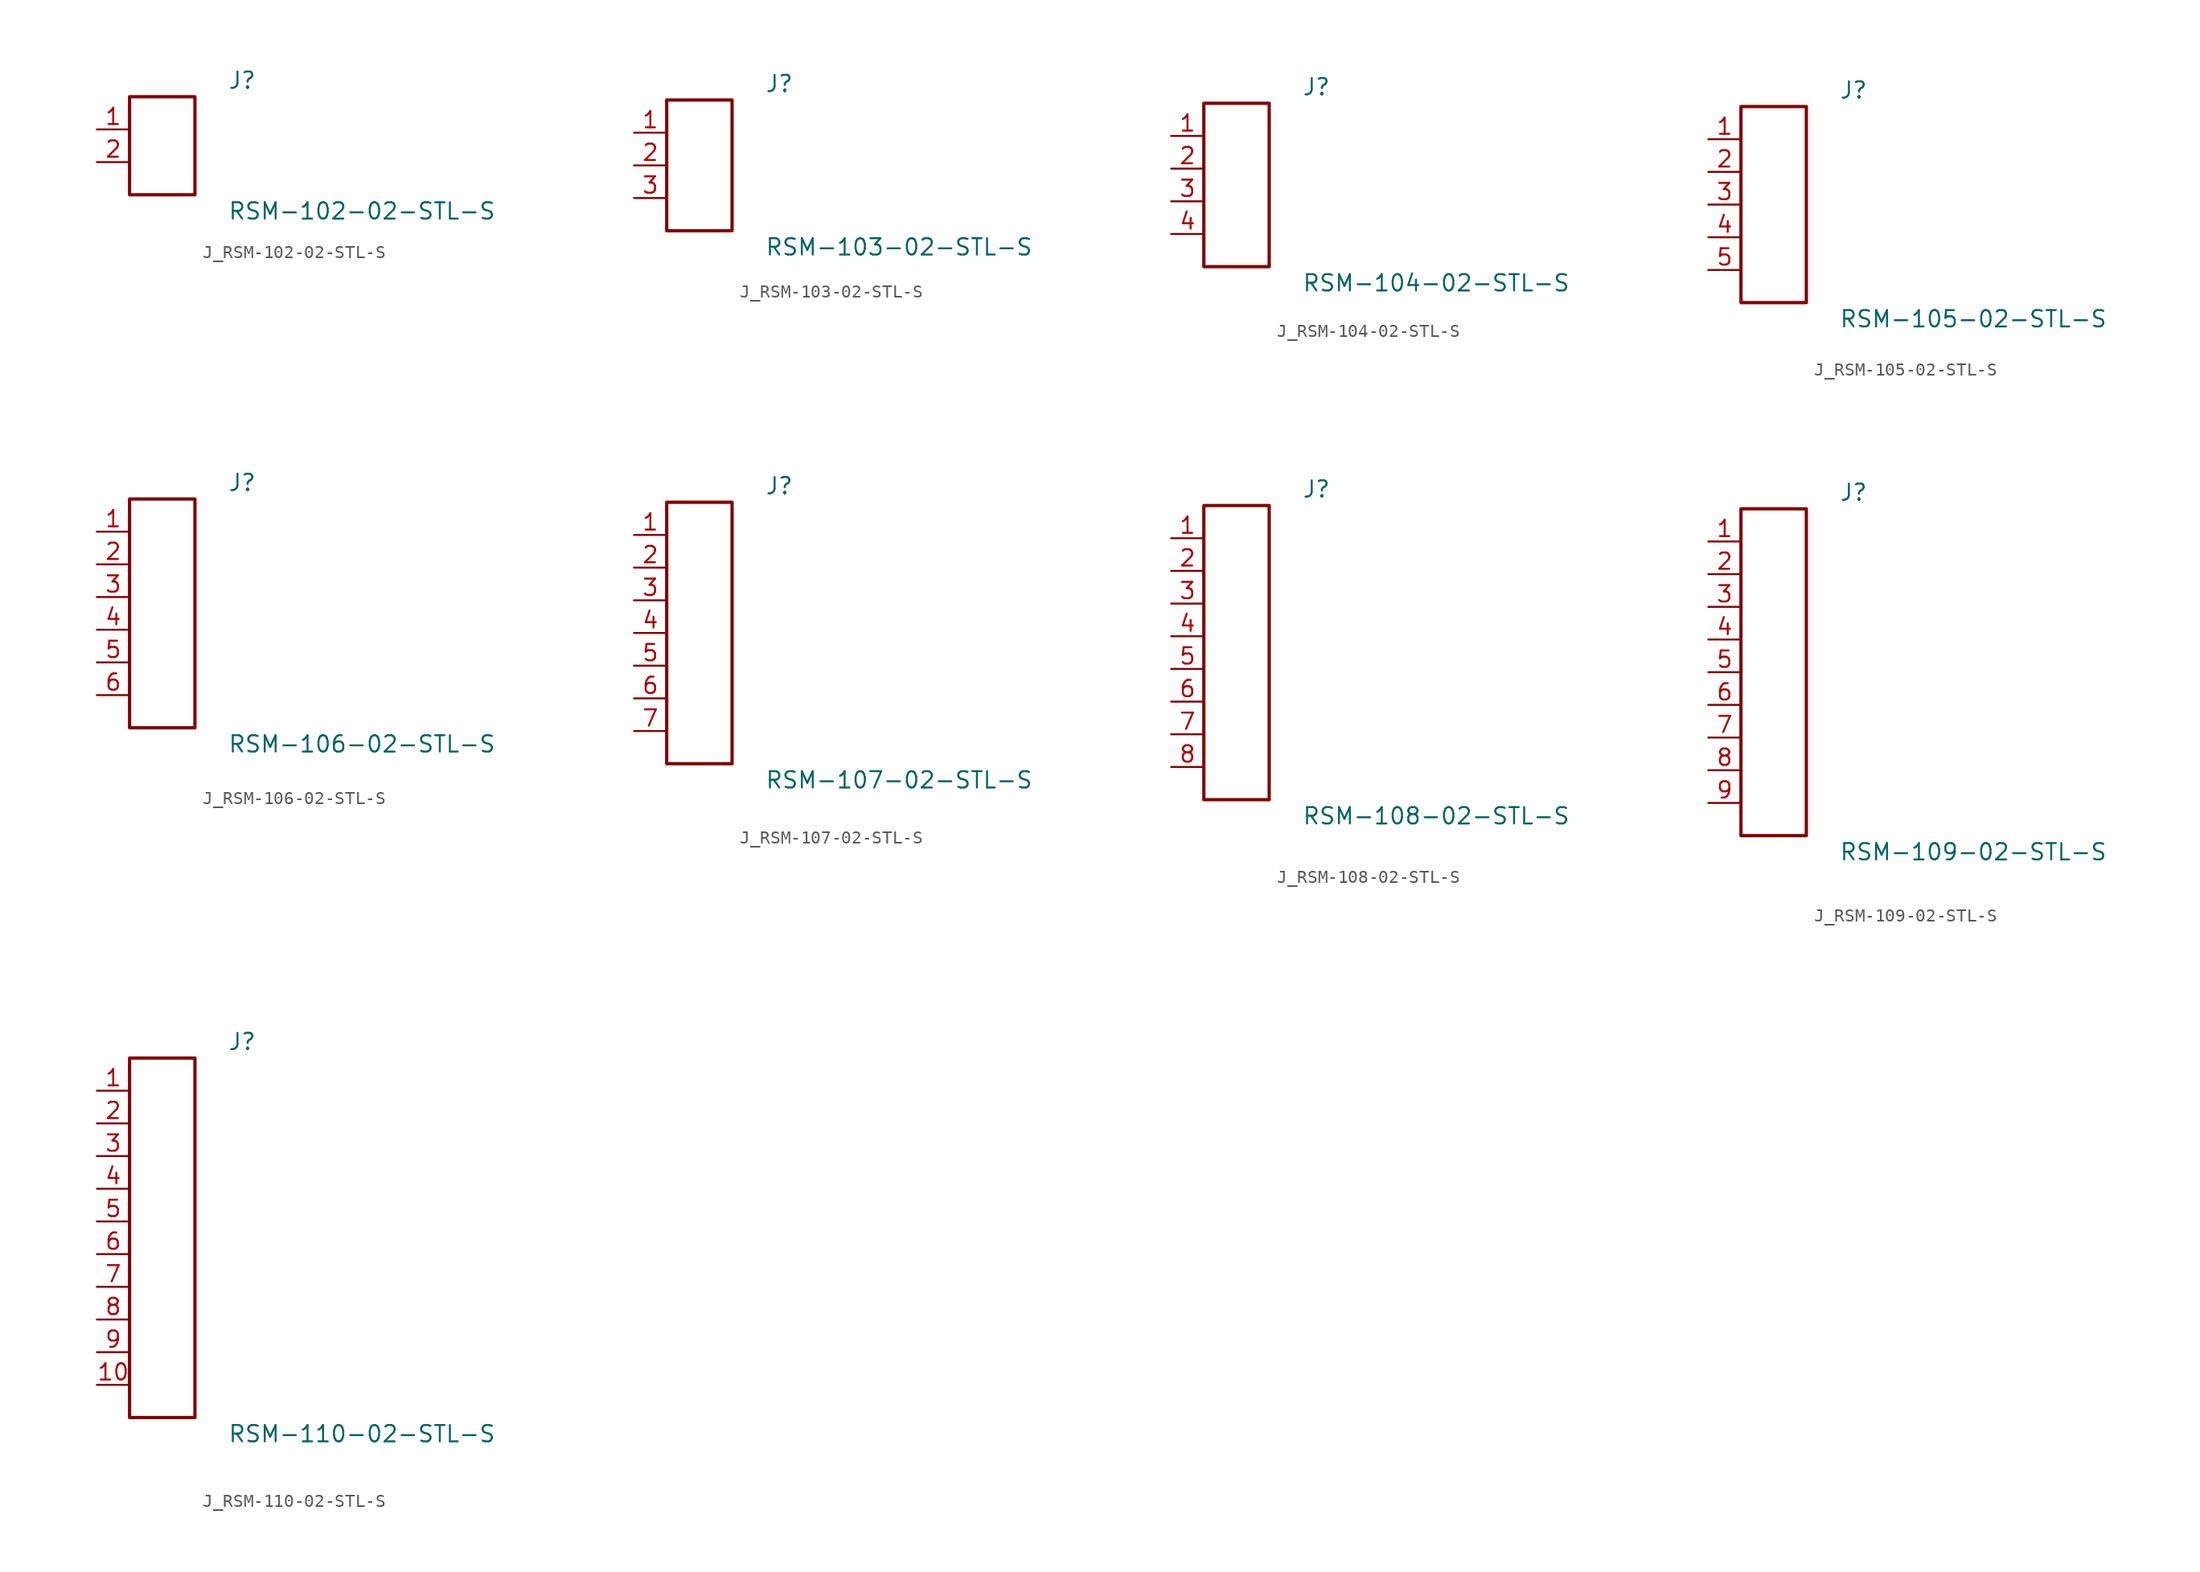
<source format=kicad_sym>
(kicad_symbol_lib
  (version 20231120)
  (generator kicad_symbol_editor)
  (generator_version 8.0)
  (symbol "J_RSM-102-02-STL-S"
    (pin_names
      (offset 0.254))
    (property "Reference" "J"
      (at 5.08 5.08 0)
      (effects (font (size 1.27 1.27)) (justify left)))
    (property "Value" "RSM-102-02-STL-S"
      (at 5.08 -5.08 0)
      (effects (font (size 1.27 1.27)) (justify left)))
    (symbol "J_RSM-102-02-STL-S_0_0"
      (pin passive line (at -5.08 1.27 0) (length 2.54) (name "" (effects (font (size 1.27 1.27)))) (number "1" (effects (font (size 1.27 1.27)))))
      (pin passive line (at -5.08 -1.27 0) (length 2.54) (name "" (effects (font (size 1.27 1.27)))) (number "2" (effects (font (size 1.27 1.27))))))
    (symbol "J_RSM-102-02-STL-S_1_0"
      (rectangle (start -2.54 3.81) (end 2.54 -3.81) (stroke (width 0.254) (type solid)) (fill (type none)))))
  (symbol "J_RSM-103-02-STL-S"
    (pin_names
      (offset 0.254))
    (property "Reference" "J"
      (at 5.08 6.35 0)
      (effects (font (size 1.27 1.27)) (justify left)))
    (property "Value" "RSM-103-02-STL-S"
      (at 5.08 -6.35 0)
      (effects (font (size 1.27 1.27)) (justify left)))
    (symbol "J_RSM-103-02-STL-S_0_0"
      (pin passive line (at -5.08 2.54 0) (length 2.54) (name "" (effects (font (size 1.27 1.27)))) (number "1" (effects (font (size 1.27 1.27)))))
      (pin passive line (at -5.08 0.0 0) (length 2.54) (name "" (effects (font (size 1.27 1.27)))) (number "2" (effects (font (size 1.27 1.27)))))
      (pin passive line (at -5.08 -2.54 0) (length 2.54) (name "" (effects (font (size 1.27 1.27)))) (number "3" (effects (font (size 1.27 1.27))))))
    (symbol "J_RSM-103-02-STL-S_1_0"
      (rectangle (start -2.54 5.08) (end 2.54 -5.08) (stroke (width 0.254) (type solid)) (fill (type none)))))
  (symbol "J_RSM-104-02-STL-S"
    (pin_names
      (offset 0.254))
    (property "Reference" "J"
      (at 5.08 7.62 0)
      (effects (font (size 1.27 1.27)) (justify left)))
    (property "Value" "RSM-104-02-STL-S"
      (at 5.08 -7.62 0)
      (effects (font (size 1.27 1.27)) (justify left)))
    (symbol "J_RSM-104-02-STL-S_0_0"
      (pin passive line (at -5.08 3.81 0) (length 2.54) (name "" (effects (font (size 1.27 1.27)))) (number "1" (effects (font (size 1.27 1.27)))))
      (pin passive line (at -5.08 1.27 0) (length 2.54) (name "" (effects (font (size 1.27 1.27)))) (number "2" (effects (font (size 1.27 1.27)))))
      (pin passive line (at -5.08 -1.27 0) (length 2.54) (name "" (effects (font (size 1.27 1.27)))) (number "3" (effects (font (size 1.27 1.27)))))
      (pin passive line (at -5.08 -3.81 0) (length 2.54) (name "" (effects (font (size 1.27 1.27)))) (number "4" (effects (font (size 1.27 1.27))))))
    (symbol "J_RSM-104-02-STL-S_1_0"
      (rectangle (start -2.54 6.35) (end 2.54 -6.35) (stroke (width 0.254) (type solid)) (fill (type none)))))
  (symbol "J_RSM-105-02-STL-S"
    (pin_names
      (offset 0.254))
    (property "Reference" "J"
      (at 5.08 8.89 0)
      (effects (font (size 1.27 1.27)) (justify left)))
    (property "Value" "RSM-105-02-STL-S"
      (at 5.08 -8.89 0)
      (effects (font (size 1.27 1.27)) (justify left)))
    (symbol "J_RSM-105-02-STL-S_0_0"
      (pin passive line (at -5.08 5.08 0) (length 2.54) (name "" (effects (font (size 1.27 1.27)))) (number "1" (effects (font (size 1.27 1.27)))))
      (pin passive line (at -5.08 2.54 0) (length 2.54) (name "" (effects (font (size 1.27 1.27)))) (number "2" (effects (font (size 1.27 1.27)))))
      (pin passive line (at -5.08 0.0 0) (length 2.54) (name "" (effects (font (size 1.27 1.27)))) (number "3" (effects (font (size 1.27 1.27)))))
      (pin passive line (at -5.08 -2.54 0) (length 2.54) (name "" (effects (font (size 1.27 1.27)))) (number "4" (effects (font (size 1.27 1.27)))))
      (pin passive line (at -5.08 -5.08 0) (length 2.54) (name "" (effects (font (size 1.27 1.27)))) (number "5" (effects (font (size 1.27 1.27))))))
    (symbol "J_RSM-105-02-STL-S_1_0"
      (rectangle (start -2.54 7.62) (end 2.54 -7.62) (stroke (width 0.254) (type solid)) (fill (type none)))))
  (symbol "J_RSM-106-02-STL-S"
    (pin_names
      (offset 0.254))
    (property "Reference" "J"
      (at 5.08 10.16 0)
      (effects (font (size 1.27 1.27)) (justify left)))
    (property "Value" "RSM-106-02-STL-S"
      (at 5.08 -10.16 0)
      (effects (font (size 1.27 1.27)) (justify left)))
    (symbol "J_RSM-106-02-STL-S_0_0"
      (pin passive line (at -5.08 6.35 0) (length 2.54) (name "" (effects (font (size 1.27 1.27)))) (number "1" (effects (font (size 1.27 1.27)))))
      (pin passive line (at -5.08 3.81 0) (length 2.54) (name "" (effects (font (size 1.27 1.27)))) (number "2" (effects (font (size 1.27 1.27)))))
      (pin passive line (at -5.08 1.27 0) (length 2.54) (name "" (effects (font (size 1.27 1.27)))) (number "3" (effects (font (size 1.27 1.27)))))
      (pin passive line (at -5.08 -1.27 0) (length 2.54) (name "" (effects (font (size 1.27 1.27)))) (number "4" (effects (font (size 1.27 1.27)))))
      (pin passive line (at -5.08 -3.81 0) (length 2.54) (name "" (effects (font (size 1.27 1.27)))) (number "5" (effects (font (size 1.27 1.27)))))
      (pin passive line (at -5.08 -6.35 0) (length 2.54) (name "" (effects (font (size 1.27 1.27)))) (number "6" (effects (font (size 1.27 1.27))))))
    (symbol "J_RSM-106-02-STL-S_1_0"
      (rectangle (start -2.54 8.89) (end 2.54 -8.89) (stroke (width 0.254) (type solid)) (fill (type none)))))
  (symbol "J_RSM-107-02-STL-S"
    (pin_names
      (offset 0.254))
    (property "Reference" "J"
      (at 5.08 11.43 0)
      (effects (font (size 1.27 1.27)) (justify left)))
    (property "Value" "RSM-107-02-STL-S"
      (at 5.08 -11.43 0)
      (effects (font (size 1.27 1.27)) (justify left)))
    (symbol "J_RSM-107-02-STL-S_0_0"
      (pin passive line (at -5.08 7.62 0) (length 2.54) (name "" (effects (font (size 1.27 1.27)))) (number "1" (effects (font (size 1.27 1.27)))))
      (pin passive line (at -5.08 5.08 0) (length 2.54) (name "" (effects (font (size 1.27 1.27)))) (number "2" (effects (font (size 1.27 1.27)))))
      (pin passive line (at -5.08 2.54 0) (length 2.54) (name "" (effects (font (size 1.27 1.27)))) (number "3" (effects (font (size 1.27 1.27)))))
      (pin passive line (at -5.08 0.0 0) (length 2.54) (name "" (effects (font (size 1.27 1.27)))) (number "4" (effects (font (size 1.27 1.27)))))
      (pin passive line (at -5.08 -2.54 0) (length 2.54) (name "" (effects (font (size 1.27 1.27)))) (number "5" (effects (font (size 1.27 1.27)))))
      (pin passive line (at -5.08 -5.08 0) (length 2.54) (name "" (effects (font (size 1.27 1.27)))) (number "6" (effects (font (size 1.27 1.27)))))
      (pin passive line (at -5.08 -7.62 0) (length 2.54) (name "" (effects (font (size 1.27 1.27)))) (number "7" (effects (font (size 1.27 1.27))))))
    (symbol "J_RSM-107-02-STL-S_1_0"
      (rectangle (start -2.54 10.16) (end 2.54 -10.16) (stroke (width 0.254) (type solid)) (fill (type none)))))
  (symbol "J_RSM-108-02-STL-S"
    (pin_names
      (offset 0.254))
    (property "Reference" "J"
      (at 5.08 12.7 0)
      (effects (font (size 1.27 1.27)) (justify left)))
    (property "Value" "RSM-108-02-STL-S"
      (at 5.08 -12.7 0)
      (effects (font (size 1.27 1.27)) (justify left)))
    (symbol "J_RSM-108-02-STL-S_0_0"
      (pin passive line (at -5.08 8.89 0) (length 2.54) (name "" (effects (font (size 1.27 1.27)))) (number "1" (effects (font (size 1.27 1.27)))))
      (pin passive line (at -5.08 6.35 0) (length 2.54) (name "" (effects (font (size 1.27 1.27)))) (number "2" (effects (font (size 1.27 1.27)))))
      (pin passive line (at -5.08 3.81 0) (length 2.54) (name "" (effects (font (size 1.27 1.27)))) (number "3" (effects (font (size 1.27 1.27)))))
      (pin passive line (at -5.08 1.27 0) (length 2.54) (name "" (effects (font (size 1.27 1.27)))) (number "4" (effects (font (size 1.27 1.27)))))
      (pin passive line (at -5.08 -1.27 0) (length 2.54) (name "" (effects (font (size 1.27 1.27)))) (number "5" (effects (font (size 1.27 1.27)))))
      (pin passive line (at -5.08 -3.81 0) (length 2.54) (name "" (effects (font (size 1.27 1.27)))) (number "6" (effects (font (size 1.27 1.27)))))
      (pin passive line (at -5.08 -6.35 0) (length 2.54) (name "" (effects (font (size 1.27 1.27)))) (number "7" (effects (font (size 1.27 1.27)))))
      (pin passive line (at -5.08 -8.89 0) (length 2.54) (name "" (effects (font (size 1.27 1.27)))) (number "8" (effects (font (size 1.27 1.27))))))
    (symbol "J_RSM-108-02-STL-S_1_0"
      (rectangle (start -2.54 11.43) (end 2.54 -11.43) (stroke (width 0.254) (type solid)) (fill (type none)))))
  (symbol "J_RSM-109-02-STL-S"
    (pin_names
      (offset 0.254))
    (property "Reference" "J"
      (at 5.08 13.97 0)
      (effects (font (size 1.27 1.27)) (justify left)))
    (property "Value" "RSM-109-02-STL-S"
      (at 5.08 -13.97 0)
      (effects (font (size 1.27 1.27)) (justify left)))
    (symbol "J_RSM-109-02-STL-S_0_0"
      (pin passive line (at -5.08 10.16 0) (length 2.54) (name "" (effects (font (size 1.27 1.27)))) (number "1" (effects (font (size 1.27 1.27)))))
      (pin passive line (at -5.08 7.62 0) (length 2.54) (name "" (effects (font (size 1.27 1.27)))) (number "2" (effects (font (size 1.27 1.27)))))
      (pin passive line (at -5.08 5.08 0) (length 2.54) (name "" (effects (font (size 1.27 1.27)))) (number "3" (effects (font (size 1.27 1.27)))))
      (pin passive line (at -5.08 2.54 0) (length 2.54) (name "" (effects (font (size 1.27 1.27)))) (number "4" (effects (font (size 1.27 1.27)))))
      (pin passive line (at -5.08 0.0 0) (length 2.54) (name "" (effects (font (size 1.27 1.27)))) (number "5" (effects (font (size 1.27 1.27)))))
      (pin passive line (at -5.08 -2.54 0) (length 2.54) (name "" (effects (font (size 1.27 1.27)))) (number "6" (effects (font (size 1.27 1.27)))))
      (pin passive line (at -5.08 -5.08 0) (length 2.54) (name "" (effects (font (size 1.27 1.27)))) (number "7" (effects (font (size 1.27 1.27)))))
      (pin passive line (at -5.08 -7.62 0) (length 2.54) (name "" (effects (font (size 1.27 1.27)))) (number "8" (effects (font (size 1.27 1.27)))))
      (pin passive line (at -5.08 -10.16 0) (length 2.54) (name "" (effects (font (size 1.27 1.27)))) (number "9" (effects (font (size 1.27 1.27))))))
    (symbol "J_RSM-109-02-STL-S_1_0"
      (rectangle (start -2.54 12.7) (end 2.54 -12.7) (stroke (width 0.254) (type solid)) (fill (type none)))))
  (symbol "J_RSM-110-02-STL-S"
    (pin_names
      (offset 0.254))
    (property "Reference" "J"
      (at 5.08 15.24 0)
      (effects (font (size 1.27 1.27)) (justify left)))
    (property "Value" "RSM-110-02-STL-S"
      (at 5.08 -15.24 0)
      (effects (font (size 1.27 1.27)) (justify left)))
    (symbol "J_RSM-110-02-STL-S_0_0"
      (pin passive line (at -5.08 11.43 0) (length 2.54) (name "" (effects (font (size 1.27 1.27)))) (number "1" (effects (font (size 1.27 1.27)))))
      (pin passive line (at -5.08 8.89 0) (length 2.54) (name "" (effects (font (size 1.27 1.27)))) (number "2" (effects (font (size 1.27 1.27)))))
      (pin passive line (at -5.08 6.35 0) (length 2.54) (name "" (effects (font (size 1.27 1.27)))) (number "3" (effects (font (size 1.27 1.27)))))
      (pin passive line (at -5.08 3.81 0) (length 2.54) (name "" (effects (font (size 1.27 1.27)))) (number "4" (effects (font (size 1.27 1.27)))))
      (pin passive line (at -5.08 1.27 0) (length 2.54) (name "" (effects (font (size 1.27 1.27)))) (number "5" (effects (font (size 1.27 1.27)))))
      (pin passive line (at -5.08 -1.27 0) (length 2.54) (name "" (effects (font (size 1.27 1.27)))) (number "6" (effects (font (size 1.27 1.27)))))
      (pin passive line (at -5.08 -3.81 0) (length 2.54) (name "" (effects (font (size 1.27 1.27)))) (number "7" (effects (font (size 1.27 1.27)))))
      (pin passive line (at -5.08 -6.35 0) (length 2.54) (name "" (effects (font (size 1.27 1.27)))) (number "8" (effects (font (size 1.27 1.27)))))
      (pin passive line (at -5.08 -8.89 0) (length 2.54) (name "" (effects (font (size 1.27 1.27)))) (number "9" (effects (font (size 1.27 1.27)))))
      (pin passive line (at -5.08 -11.43 0) (length 2.54) (name "" (effects (font (size 1.27 1.27)))) (number "10" (effects (font (size 1.27 1.27))))))
    (symbol "J_RSM-110-02-STL-S_1_0"
      (rectangle (start -2.54 13.97) (end 2.54 -13.97) (stroke (width 0.254) (type solid)) (fill (type none))))))
</source>
